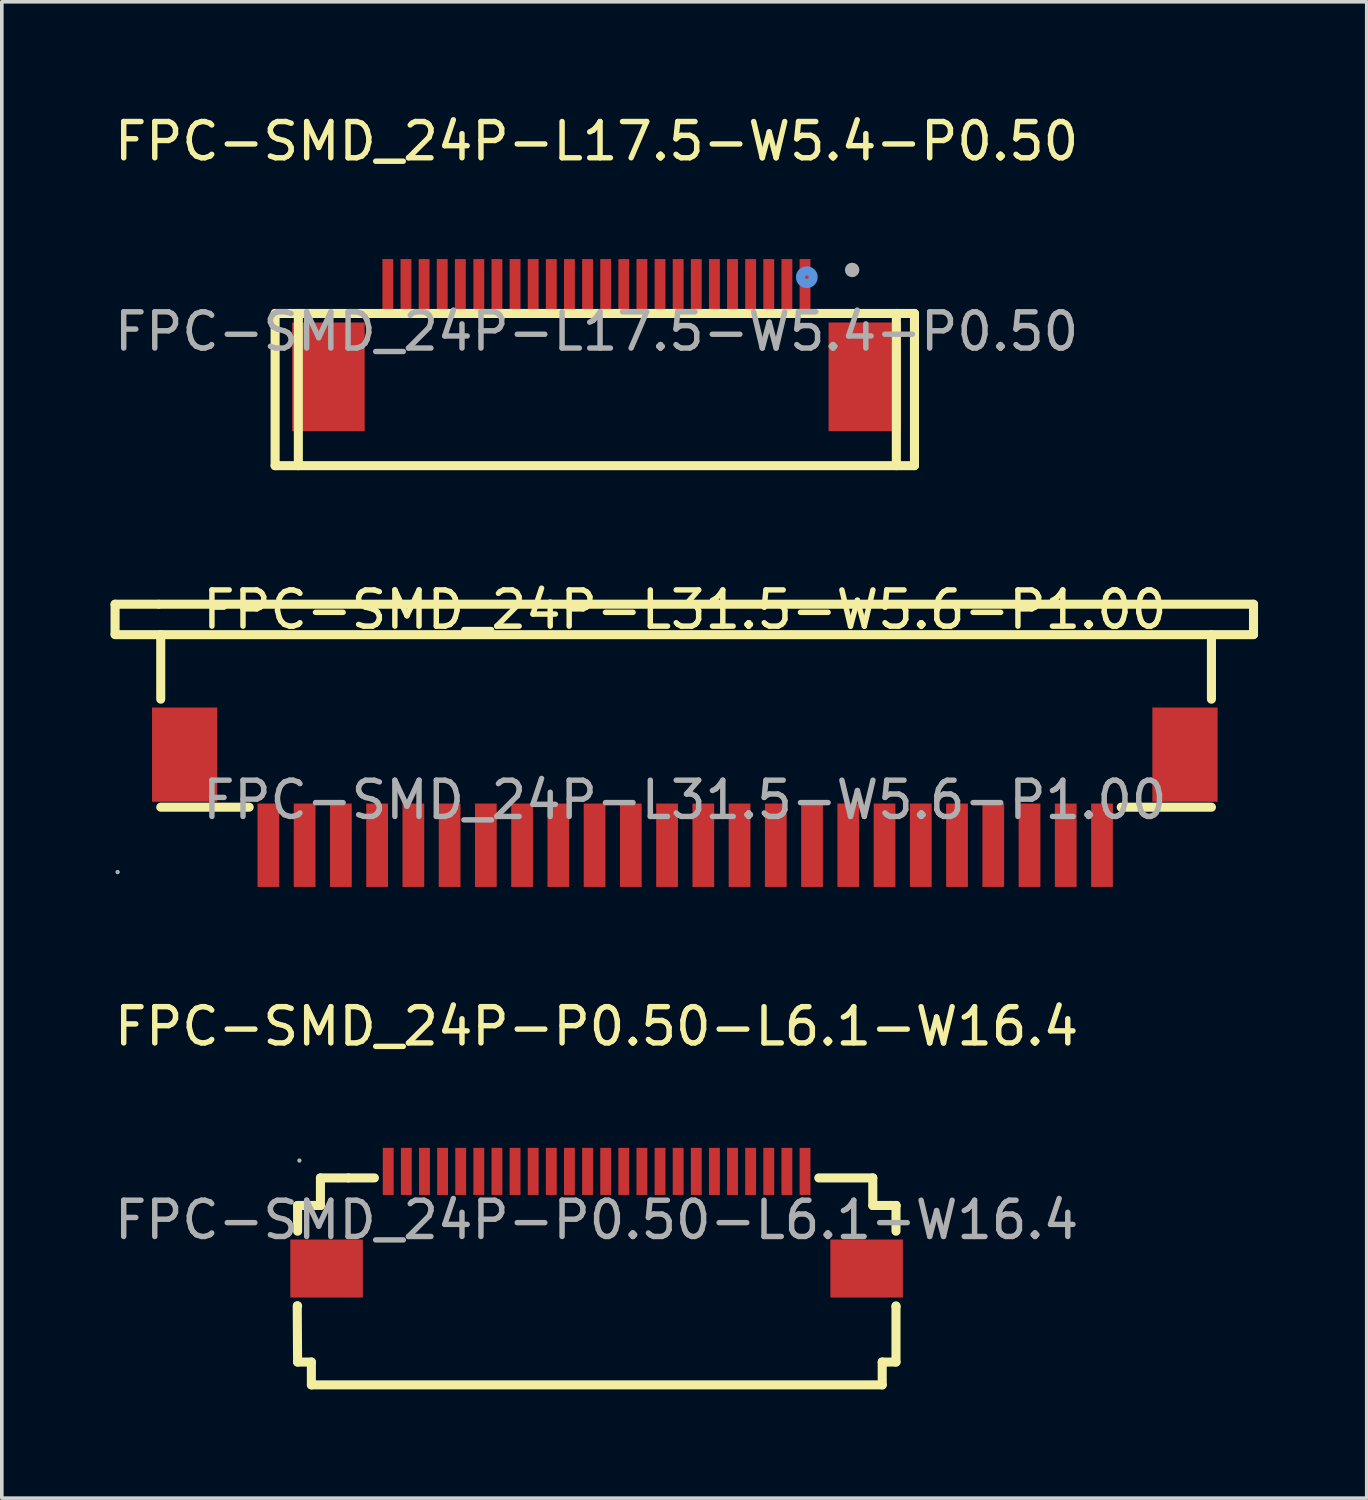
<source format=kicad_pcb>
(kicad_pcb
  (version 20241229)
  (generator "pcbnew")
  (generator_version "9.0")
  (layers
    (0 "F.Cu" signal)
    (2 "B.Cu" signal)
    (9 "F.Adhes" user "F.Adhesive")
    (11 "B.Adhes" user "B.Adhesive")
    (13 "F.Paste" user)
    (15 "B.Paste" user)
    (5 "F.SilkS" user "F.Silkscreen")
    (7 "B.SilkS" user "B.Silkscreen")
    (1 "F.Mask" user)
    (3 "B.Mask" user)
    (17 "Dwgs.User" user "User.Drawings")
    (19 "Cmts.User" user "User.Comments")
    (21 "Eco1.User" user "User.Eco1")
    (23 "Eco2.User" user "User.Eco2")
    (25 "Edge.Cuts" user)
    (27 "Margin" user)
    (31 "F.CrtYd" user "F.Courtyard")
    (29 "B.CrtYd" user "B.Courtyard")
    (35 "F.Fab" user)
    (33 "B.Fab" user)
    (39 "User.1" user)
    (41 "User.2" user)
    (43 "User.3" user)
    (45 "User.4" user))
  (footprint "FPC-SMD_24P-L17.5-W5.4-P0.50"
    (layer "F.Cu")
    (at 13.411 6.098)
    (property "Reference" "FPC-SMD_24P-L17.5-W5.4-P0.50" (at 0 -5.25 0) (layer "F.SilkS") (effects (font (size 1 1) (thickness 0.15))))
    (attr through_hole)
    (fp_line (start -8.87 -0.5) (end -8.87 3.7) (stroke (width 0.25) (type solid)) (layer "F.SilkS"))
    (fp_line (start -8.87 -0.5) (end 8.77 -0.5) (stroke (width 0.25) (type solid)) (layer "F.SilkS"))
    (fp_line (start -8.87 3.7) (end 8.77 3.7) (stroke (width 0.25) (type solid)) (layer "F.SilkS"))
    (fp_line (start -8.23 -0.5) (end -8.23 3.7) (stroke (width 0.25) (type solid)) (layer "F.SilkS"))
    (fp_line (start 8.27 -0.5) (end 8.27 3.7) (stroke (width 0.25) (type solid)) (layer "F.SilkS"))
    (fp_line (start 8.77 -0.5) (end 8.77 3.7) (stroke (width 0.25) (type solid)) (layer "F.SilkS"))
    (fp_circle (center 5.8 -1.5) (end 5.85 -1.5) (stroke (width 0.25) (type solid)) (fill no) (layer "Cmts.User"))
    (fp_circle (center 7.05 -1.7) (end 7.15 -1.7) (stroke (width 0.2) (type solid)) (fill no) (layer "F.Fab"))
    (fp_text user "${REFERENCE}" (at 0 0 0) (layer "F.Fab") (effects (font (size 1 1) (thickness 0.15))))
    (pad "1" smd rect (at 5.75 -1.25 180) (size 0.3 1.5) (layers "F.Cu" "F.Mask" "F.Paste"))
    (pad "2" smd rect (at 5.25 -1.25 180) (size 0.3 1.5) (layers "F.Cu" "F.Mask" "F.Paste"))
    (pad "3" smd rect (at 4.75 -1.25 180) (size 0.3 1.5) (layers "F.Cu" "F.Mask" "F.Paste"))
    (pad "4" smd rect (at 4.25 -1.25 180) (size 0.3 1.5) (layers "F.Cu" "F.Mask" "F.Paste"))
    (pad "5" smd rect (at 3.75 -1.25 180) (size 0.3 1.5) (layers "F.Cu" "F.Mask" "F.Paste"))
    (pad "6" smd rect (at 3.25 -1.25 180) (size 0.3 1.5) (layers "F.Cu" "F.Mask" "F.Paste"))
    (pad "7" smd rect (at 2.75 -1.25 180) (size 0.3 1.5) (layers "F.Cu" "F.Mask" "F.Paste"))
    (pad "8" smd rect (at 2.25 -1.25 180) (size 0.3 1.5) (layers "F.Cu" "F.Mask" "F.Paste"))
    (pad "9" smd rect (at 1.75 -1.25 180) (size 0.3 1.5) (layers "F.Cu" "F.Mask" "F.Paste"))
    (pad "10" smd rect (at 1.25 -1.25 180) (size 0.3 1.5) (layers "F.Cu" "F.Mask" "F.Paste"))
    (pad "11" smd rect (at 0.75 -1.25 180) (size 0.3 1.5) (layers "F.Cu" "F.Mask" "F.Paste"))
    (pad "12" smd rect (at 0.25 -1.25 180) (size 0.3 1.5) (layers "F.Cu" "F.Mask" "F.Paste"))
    (pad "13" smd rect (at -0.25 -1.25 180) (size 0.3 1.5) (layers "F.Cu" "F.Mask" "F.Paste"))
    (pad "14" smd rect (at -0.75 -1.25 180) (size 0.3 1.5) (layers "F.Cu" "F.Mask" "F.Paste"))
    (pad "15" smd rect (at -1.25 -1.25 180) (size 0.3 1.5) (layers "F.Cu" "F.Mask" "F.Paste"))
    (pad "16" smd rect (at -1.75 -1.25 180) (size 0.3 1.5) (layers "F.Cu" "F.Mask" "F.Paste"))
    (pad "17" smd rect (at -2.25 -1.25 180) (size 0.3 1.5) (layers "F.Cu" "F.Mask" "F.Paste"))
    (pad "18" smd rect (at -2.75 -1.25 180) (size 0.3 1.5) (layers "F.Cu" "F.Mask" "F.Paste"))
    (pad "19" smd rect (at -3.25 -1.25 180) (size 0.3 1.5) (layers "F.Cu" "F.Mask" "F.Paste"))
    (pad "20" smd rect (at -3.76 -1.25 180) (size 0.3 1.5) (layers "F.Cu" "F.Mask" "F.Paste"))
    (pad "21" smd rect (at -4.26 -1.25 180) (size 0.3 1.5) (layers "F.Cu" "F.Mask" "F.Paste"))
    (pad "22" smd rect (at -4.76 -1.25 180) (size 0.3 1.5) (layers "F.Cu" "F.Mask" "F.Paste"))
    (pad "23" smd rect (at -5.26 -1.25 180) (size 0.3 1.5) (layers "F.Cu" "F.Mask" "F.Paste"))
    (pad "24" smd rect (at -5.76 -1.25 180) (size 0.3 1.5) (layers "F.Cu" "F.Mask" "F.Paste"))
    (pad "25" smd rect (at -7.4 1.25) (size 2 3) (layers "F.Cu" "F.Mask" "F.Paste"))
    (pad "26" smd rect (at 7.4 1.25 180) (size 2 3) (layers "F.Cu" "F.Mask" "F.Paste")))
  (footprint "FPC-SMD_24P-P0.50-L6.1-W16.4"
    (layer "F.Cu")
    (at 13.411 30.61)
    (property "Reference" "FPC-SMD_24P-P0.50-L6.1-W16.4" (at 0 -5.34 0) (layer "F.SilkS") (effects (font (size 1 1) (thickness 0.15))))
    (attr through_hole)
    (fp_line (start -8.25 -0.4) (end -8.25 0.31) (stroke (width 0.25) (type solid)) (layer "F.SilkS"))
    (fp_line (start -8.25 2.37) (end -8.25 2.37) (stroke (width 0.25) (type solid)) (layer "F.SilkS"))
    (fp_line (start -8.25 3.92) (end -8.26 2.37) (stroke (width 0.25) (type solid)) (layer "F.SilkS"))
    (fp_line (start -7.87 3.92) (end -8.25 3.92) (stroke (width 0.25) (type solid)) (layer "F.SilkS"))
    (fp_line (start -7.87 4.55) (end -7.87 3.92) (stroke (width 0.25) (type solid)) (layer "F.SilkS"))
    (fp_line (start -7.62 -1.16) (end -7.62 -0.4) (stroke (width 0.25) (type solid)) (layer "F.SilkS"))
    (fp_line (start -7.62 -0.4) (end -8.25 -0.4) (stroke (width 0.25) (type solid)) (layer "F.SilkS"))
    (fp_line (start -6.85 -1.16) (end -7.62 -1.16) (stroke (width 0.25) (type solid)) (layer "F.SilkS"))
    (fp_line (start -6.85 -1.16) (end -6.13 -1.16) (stroke (width 0.25) (type solid)) (layer "F.SilkS"))
    (fp_line (start 6.13 -1.16) (end 7.62 -1.16) (stroke (width 0.25) (type solid)) (layer "F.SilkS"))
    (fp_line (start 7.62 -1.16) (end 7.62 -0.4) (stroke (width 0.25) (type solid)) (layer "F.SilkS"))
    (fp_line (start 7.62 -0.4) (end 8.13 -0.4) (stroke (width 0.25) (type solid)) (layer "F.SilkS"))
    (fp_line (start 7.88 3.92) (end 7.88 4.55) (stroke (width 0.25) (type solid)) (layer "F.SilkS"))
    (fp_line (start 7.88 4.55) (end -7.87 4.55) (stroke (width 0.25) (type solid)) (layer "F.SilkS"))
    (fp_line (start 8.13 -0.4) (end 8.26 -0.4) (stroke (width 0.25) (type solid)) (layer "F.SilkS"))
    (fp_line (start 8.26 -0.4) (end 8.26 -0.4) (stroke (width 0.25) (type solid)) (layer "F.SilkS"))
    (fp_line (start 8.26 -0.4) (end 8.26 0.31) (stroke (width 0.25) (type solid)) (layer "F.SilkS"))
    (fp_line (start 8.26 2.37) (end 8.26 2.39) (stroke (width 0.25) (type solid)) (layer "F.SilkS"))
    (fp_line (start 8.26 2.39) (end 8.26 3.92) (stroke (width 0.25) (type solid)) (layer "F.SilkS"))
    (fp_line (start 8.26 3.92) (end 7.88 3.92) (stroke (width 0.25) (type solid)) (layer "F.SilkS"))
    (fp_circle (center -8.2 -1.64) (end -8.17 -1.64) (stroke (width 0.06) (type solid)) (fill no) (layer "F.Fab"))
    (fp_text user "${REFERENCE}" (at 0 0 0) (layer "F.Fab") (effects (font (size 1 1) (thickness 0.15))))
    (pad "1" smd rect (at -5.75 -1.34) (size 0.3 1.3) (layers "F.Cu" "F.Mask" "F.Paste"))
    (pad "2" smd rect (at -5.25 -1.34) (size 0.3 1.3) (layers "F.Cu" "F.Mask" "F.Paste"))
    (pad "3" smd rect (at -4.75 -1.34) (size 0.3 1.3) (layers "F.Cu" "F.Mask" "F.Paste"))
    (pad "4" smd rect (at -4.25 -1.34) (size 0.3 1.3) (layers "F.Cu" "F.Mask" "F.Paste"))
    (pad "5" smd rect (at -3.75 -1.34) (size 0.3 1.3) (layers "F.Cu" "F.Mask" "F.Paste"))
    (pad "6" smd rect (at -3.25 -1.34) (size 0.3 1.3) (layers "F.Cu" "F.Mask" "F.Paste"))
    (pad "7" smd rect (at -2.75 -1.34) (size 0.3 1.3) (layers "F.Cu" "F.Mask" "F.Paste"))
    (pad "8" smd rect (at -2.25 -1.34) (size 0.3 1.3) (layers "F.Cu" "F.Mask" "F.Paste"))
    (pad "9" smd rect (at -1.75 -1.34) (size 0.3 1.3) (layers "F.Cu" "F.Mask" "F.Paste"))
    (pad "10" smd rect (at -1.25 -1.34) (size 0.3 1.3) (layers "F.Cu" "F.Mask" "F.Paste"))
    (pad "11" smd rect (at -0.75 -1.34) (size 0.3 1.3) (layers "F.Cu" "F.Mask" "F.Paste"))
    (pad "12" smd rect (at -0.25 -1.34) (size 0.3 1.3) (layers "F.Cu" "F.Mask" "F.Paste"))
    (pad "13" smd rect (at 0.25 -1.34) (size 0.3 1.3) (layers "F.Cu" "F.Mask" "F.Paste"))
    (pad "14" smd rect (at 0.75 -1.34) (size 0.3 1.3) (layers "F.Cu" "F.Mask" "F.Paste"))
    (pad "15" smd rect (at 1.25 -1.34) (size 0.3 1.3) (layers "F.Cu" "F.Mask" "F.Paste"))
    (pad "16" smd rect (at 1.75 -1.34) (size 0.3 1.3) (layers "F.Cu" "F.Mask" "F.Paste"))
    (pad "17" smd rect (at 2.25 -1.34) (size 0.3 1.3) (layers "F.Cu" "F.Mask" "F.Paste"))
    (pad "18" smd rect (at 2.75 -1.34) (size 0.3 1.3) (layers "F.Cu" "F.Mask" "F.Paste"))
    (pad "19" smd rect (at 3.25 -1.34) (size 0.3 1.3) (layers "F.Cu" "F.Mask" "F.Paste"))
    (pad "20" smd rect (at 3.75 -1.34) (size 0.3 1.3) (layers "F.Cu" "F.Mask" "F.Paste"))
    (pad "21" smd rect (at 4.25 -1.34) (size 0.3 1.3) (layers "F.Cu" "F.Mask" "F.Paste"))
    (pad "22" smd rect (at 4.75 -1.34) (size 0.3 1.3) (layers "F.Cu" "F.Mask" "F.Paste"))
    (pad "23" smd rect (at 5.25 -1.34) (size 0.3 1.3) (layers "F.Cu" "F.Mask" "F.Paste"))
    (pad "24" smd rect (at 5.75 -1.34) (size 0.3 1.3) (layers "F.Cu" "F.Mask" "F.Paste"))
    (pad "25" smd rect (at 7.45 1.34 90) (size 1.6 2) (layers "F.Cu" "F.Mask" "F.Paste"))
    (pad "26" smd rect (at -7.45 1.34 90) (size 1.6 2) (layers "F.Cu" "F.Mask" "F.Paste")))
  (footprint "FPC-SMD_24P-L31.5-W5.6-P1.00"
    (layer "F.Cu")
    (at 15.845 19.021)
    (property "Reference" "FPC-SMD_24P-L31.5-W5.6-P1.00" (at 0 -5.25 0) (layer "F.SilkS") (effects (font (size 1 1) (thickness 0.15))))
    (attr through_hole)
    (fp_line (start -15.72 -5.4) (end -15.72 -4.57) (stroke (width 0.25) (type solid)) (layer "F.SilkS"))
    (fp_line (start -15.72 -5.4) (end -14.52 -5.4) (stroke (width 0.25) (type solid)) (layer "F.SilkS"))
    (fp_line (start -15.72 -4.56) (end 15.69 -4.56) (stroke (width 0.25) (type solid)) (layer "F.SilkS"))
    (fp_line (start -14.46 -4.56) (end -14.46 -2.78) (stroke (width 0.25) (type solid)) (layer "F.SilkS"))
    (fp_line (start -14.46 0.2) (end -12.02 0.2) (stroke (width 0.25) (type solid)) (layer "F.SilkS"))
    (fp_line (start 12.04 0.2) (end 14.53 0.2) (stroke (width 0.25) (type solid)) (layer "F.SilkS"))
    (fp_line (start 14.53 -2.78) (end 14.53 -4.56) (stroke (width 0.25) (type solid)) (layer "F.SilkS"))
    (fp_line (start 15.69 -5.4) (end -14.51 -5.4) (stroke (width 0.25) (type solid)) (layer "F.SilkS"))
    (fp_line (start 15.69 -5.4) (end 15.69 -4.57) (stroke (width 0.25) (type solid)) (layer "F.SilkS"))
    (fp_circle (center -15.65 1.99) (end -15.62 1.99) (stroke (width 0.06) (type solid)) (fill no) (layer "F.Fab"))
    (fp_text user "${REFERENCE}" (at 0 0 0) (layer "F.Fab") (effects (font (size 1 1) (thickness 0.15))))
    (pad "1" smd rect (at -11.49 1.25) (size 0.6 2.3) (layers "F.Cu" "F.Mask" "F.Paste"))
    (pad "2" smd rect (at -10.49 1.25) (size 0.6 2.3) (layers "F.Cu" "F.Mask" "F.Paste"))
    (pad "3" smd rect (at -9.49 1.25) (size 0.6 2.3) (layers "F.Cu" "F.Mask" "F.Paste"))
    (pad "4" smd rect (at -8.49 1.25) (size 0.6 2.3) (layers "F.Cu" "F.Mask" "F.Paste"))
    (pad "5" smd rect (at -7.49 1.25) (size 0.6 2.3) (layers "F.Cu" "F.Mask" "F.Paste"))
    (pad "6" smd rect (at -6.49 1.25) (size 0.6 2.3) (layers "F.Cu" "F.Mask" "F.Paste"))
    (pad "7" smd rect (at -5.49 1.25) (size 0.6 2.3) (layers "F.Cu" "F.Mask" "F.Paste"))
    (pad "8" smd rect (at -4.49 1.25) (size 0.6 2.3) (layers "F.Cu" "F.Mask" "F.Paste"))
    (pad "9" smd rect (at -3.49 1.25) (size 0.6 2.3) (layers "F.Cu" "F.Mask" "F.Paste"))
    (pad "10" smd rect (at -2.49 1.25) (size 0.6 2.3) (layers "F.Cu" "F.Mask" "F.Paste"))
    (pad "11" smd rect (at -1.49 1.25) (size 0.6 2.3) (layers "F.Cu" "F.Mask" "F.Paste"))
    (pad "12" smd rect (at -0.49 1.25) (size 0.6 2.3) (layers "F.Cu" "F.Mask" "F.Paste"))
    (pad "13" smd rect (at 0.51 1.25) (size 0.6 2.3) (layers "F.Cu" "F.Mask" "F.Paste"))
    (pad "14" smd rect (at 1.51 1.25) (size 0.6 2.3) (layers "F.Cu" "F.Mask" "F.Paste"))
    (pad "15" smd rect (at 2.51 1.25) (size 0.6 2.3) (layers "F.Cu" "F.Mask" "F.Paste"))
    (pad "16" smd rect (at 3.51 1.25) (size 0.6 2.3) (layers "F.Cu" "F.Mask" "F.Paste"))
    (pad "17" smd rect (at 4.51 1.25) (size 0.6 2.3) (layers "F.Cu" "F.Mask" "F.Paste"))
    (pad "18" smd rect (at 5.51 1.25) (size 0.6 2.3) (layers "F.Cu" "F.Mask" "F.Paste"))
    (pad "19" smd rect (at 6.51 1.25) (size 0.6 2.3) (layers "F.Cu" "F.Mask" "F.Paste"))
    (pad "20" smd rect (at 7.51 1.25) (size 0.6 2.3) (layers "F.Cu" "F.Mask" "F.Paste"))
    (pad "21" smd rect (at 8.51 1.25) (size 0.6 2.3) (layers "F.Cu" "F.Mask" "F.Paste"))
    (pad "22" smd rect (at 9.51 1.25) (size 0.6 2.3) (layers "F.Cu" "F.Mask" "F.Paste"))
    (pad "23" smd rect (at 10.51 1.25) (size 0.6 2.3) (layers "F.Cu" "F.Mask" "F.Paste"))
    (pad "24" smd rect (at 11.51 1.25) (size 0.6 2.3) (layers "F.Cu" "F.Mask" "F.Paste"))
    (pad "25" smd rect (at 13.8 -1.25) (size 1.8 2.6) (layers "F.Cu" "F.Mask" "F.Paste"))
    (pad "26" smd rect (at -13.8 -1.25) (size 1.8 2.6) (layers "F.Cu" "F.Mask" "F.Paste")))
  (gr_rect
    (start -3 -3)
    (end 34.66 38.285)
    (stroke (width 0.1) (type default))
    (fill no)
    (layer "Edge.Cuts")))
</source>
